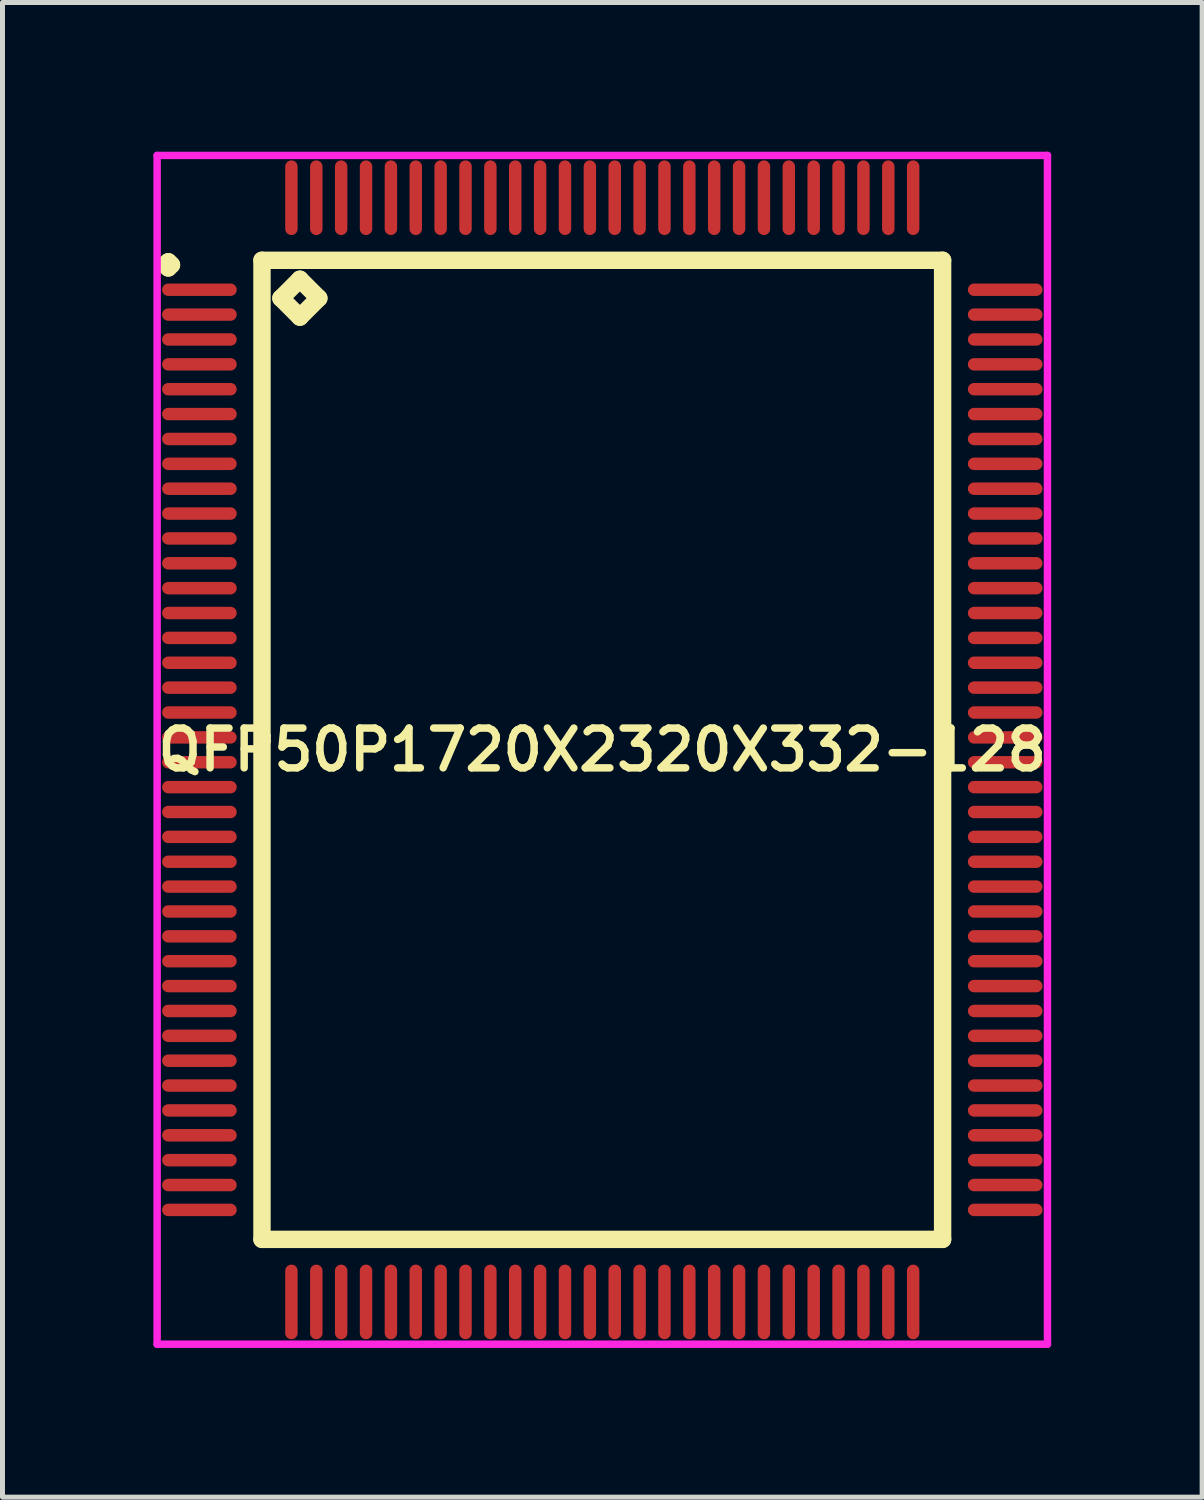
<source format=kicad_pcb>
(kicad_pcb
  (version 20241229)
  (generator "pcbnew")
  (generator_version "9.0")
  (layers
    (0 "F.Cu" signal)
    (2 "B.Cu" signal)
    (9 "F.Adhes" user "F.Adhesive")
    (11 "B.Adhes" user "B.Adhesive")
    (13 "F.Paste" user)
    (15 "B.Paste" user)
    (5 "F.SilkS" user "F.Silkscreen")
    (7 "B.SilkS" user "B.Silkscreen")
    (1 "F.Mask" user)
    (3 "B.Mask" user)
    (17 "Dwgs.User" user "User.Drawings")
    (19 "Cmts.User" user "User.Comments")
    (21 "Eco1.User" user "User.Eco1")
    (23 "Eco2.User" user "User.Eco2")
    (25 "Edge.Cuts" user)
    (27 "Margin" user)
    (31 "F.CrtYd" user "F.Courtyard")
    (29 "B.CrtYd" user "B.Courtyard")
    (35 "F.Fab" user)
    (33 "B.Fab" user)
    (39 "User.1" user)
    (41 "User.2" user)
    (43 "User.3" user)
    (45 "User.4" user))
  (footprint "QFP50P1720X2320X332-128"
    (layer "F.Cu")
    (at 9.059 12.025)
    (property "Reference" "QFP50P1720X2320X332-128" (at 0 0 0) (layer "F.SilkS") (effects (font (size 0.8 0.8) (thickness 0.15))))
    (attr smd)
    (fp_line (start -8.787 -9.75) (end -8.725 -9.812) (stroke (width 0.35) (type solid)) (layer "F.SilkS"))
    (fp_line (start -8.725 -9.812) (end -8.662 -9.75) (stroke (width 0.35) (type solid)) (layer "F.SilkS"))
    (fp_line (start -8.725 -9.688) (end -8.787 -9.75) (stroke (width 0.35) (type solid)) (layer "F.SilkS"))
    (fp_line (start -8.662 -9.75) (end -8.725 -9.688) (stroke (width 0.35) (type solid)) (layer "F.SilkS"))
    (fp_line (start -6.842 -9.842) (end -6.842 9.842) (stroke (width 0.35) (type solid)) (layer "F.SilkS"))
    (fp_line (start -6.842 9.842) (end 6.842 9.842) (stroke (width 0.35) (type solid)) (layer "F.SilkS"))
    (fp_line (start -6.461 -9.08) (end -6.08 -9.461) (stroke (width 0.35) (type solid)) (layer "F.SilkS"))
    (fp_line (start -6.08 -9.461) (end -5.699 -9.08) (stroke (width 0.35) (type solid)) (layer "F.SilkS"))
    (fp_line (start -6.08 -8.699) (end -6.461 -9.08) (stroke (width 0.35) (type solid)) (layer "F.SilkS"))
    (fp_line (start -5.699 -9.08) (end -6.08 -8.699) (stroke (width 0.35) (type solid)) (layer "F.SilkS"))
    (fp_line (start 6.842 -9.842) (end -6.842 -9.842) (stroke (width 0.35) (type solid)) (layer "F.SilkS"))
    (fp_line (start 6.842 9.842) (end 6.842 -9.842) (stroke (width 0.35) (type solid)) (layer "F.SilkS"))
    (fp_line (start -8.95 -11.95) (end 8.95 -11.95) (stroke (width 0.15) (type solid)) (layer "F.CrtYd"))
    (fp_line (start -8.95 11.95) (end -8.95 -11.95) (stroke (width 0.15) (type solid)) (layer "F.CrtYd"))
    (fp_line (start 8.95 -11.95) (end 8.95 11.95) (stroke (width 0.15) (type solid)) (layer "F.CrtYd"))
    (fp_line (start 8.95 11.95) (end -8.95 11.95) (stroke (width 0.15) (type solid)) (layer "F.CrtYd"))
    (pad "1" smd oval (at -8.1 -9.25) (size 1.5 0.25) (layers "F.Cu" "F.Mask" "F.Paste"))
    (pad "2" smd oval (at -8.1 -8.75) (size 1.5 0.25) (layers "F.Cu" "F.Mask" "F.Paste"))
    (pad "3" smd oval (at -8.1 -8.25) (size 1.5 0.25) (layers "F.Cu" "F.Mask" "F.Paste"))
    (pad "4" smd oval (at -8.1 -7.75) (size 1.5 0.25) (layers "F.Cu" "F.Mask" "F.Paste"))
    (pad "5" smd oval (at -8.1 -7.25) (size 1.5 0.25) (layers "F.Cu" "F.Mask" "F.Paste"))
    (pad "6" smd oval (at -8.1 -6.75) (size 1.5 0.25) (layers "F.Cu" "F.Mask" "F.Paste"))
    (pad "7" smd oval (at -8.1 -6.25) (size 1.5 0.25) (layers "F.Cu" "F.Mask" "F.Paste"))
    (pad "8" smd oval (at -8.1 -5.75) (size 1.5 0.25) (layers "F.Cu" "F.Mask" "F.Paste"))
    (pad "9" smd oval (at -8.1 -5.25) (size 1.5 0.25) (layers "F.Cu" "F.Mask" "F.Paste"))
    (pad "10" smd oval (at -8.1 -4.75) (size 1.5 0.25) (layers "F.Cu" "F.Mask" "F.Paste"))
    (pad "11" smd oval (at -8.1 -4.25) (size 1.5 0.25) (layers "F.Cu" "F.Mask" "F.Paste"))
    (pad "12" smd oval (at -8.1 -3.75) (size 1.5 0.25) (layers "F.Cu" "F.Mask" "F.Paste"))
    (pad "13" smd oval (at -8.1 -3.25) (size 1.5 0.25) (layers "F.Cu" "F.Mask" "F.Paste"))
    (pad "14" smd oval (at -8.1 -2.75) (size 1.5 0.25) (layers "F.Cu" "F.Mask" "F.Paste"))
    (pad "15" smd oval (at -8.1 -2.25) (size 1.5 0.25) (layers "F.Cu" "F.Mask" "F.Paste"))
    (pad "16" smd oval (at -8.1 -1.75) (size 1.5 0.25) (layers "F.Cu" "F.Mask" "F.Paste"))
    (pad "17" smd oval (at -8.1 -1.25) (size 1.5 0.25) (layers "F.Cu" "F.Mask" "F.Paste"))
    (pad "18" smd oval (at -8.1 -0.75) (size 1.5 0.25) (layers "F.Cu" "F.Mask" "F.Paste"))
    (pad "19" smd oval (at -8.1 -0.25) (size 1.5 0.25) (layers "F.Cu" "F.Mask" "F.Paste"))
    (pad "20" smd oval (at -8.1 0.25) (size 1.5 0.25) (layers "F.Cu" "F.Mask" "F.Paste"))
    (pad "21" smd oval (at -8.1 0.75) (size 1.5 0.25) (layers "F.Cu" "F.Mask" "F.Paste"))
    (pad "22" smd oval (at -8.1 1.25) (size 1.5 0.25) (layers "F.Cu" "F.Mask" "F.Paste"))
    (pad "23" smd oval (at -8.1 1.75) (size 1.5 0.25) (layers "F.Cu" "F.Mask" "F.Paste"))
    (pad "24" smd oval (at -8.1 2.25) (size 1.5 0.25) (layers "F.Cu" "F.Mask" "F.Paste"))
    (pad "25" smd oval (at -8.1 2.75) (size 1.5 0.25) (layers "F.Cu" "F.Mask" "F.Paste"))
    (pad "26" smd oval (at -8.1 3.25) (size 1.5 0.25) (layers "F.Cu" "F.Mask" "F.Paste"))
    (pad "27" smd oval (at -8.1 3.75) (size 1.5 0.25) (layers "F.Cu" "F.Mask" "F.Paste"))
    (pad "28" smd oval (at -8.1 4.25) (size 1.5 0.25) (layers "F.Cu" "F.Mask" "F.Paste"))
    (pad "29" smd oval (at -8.1 4.75) (size 1.5 0.25) (layers "F.Cu" "F.Mask" "F.Paste"))
    (pad "30" smd oval (at -8.1 5.25) (size 1.5 0.25) (layers "F.Cu" "F.Mask" "F.Paste"))
    (pad "31" smd oval (at -8.1 5.75) (size 1.5 0.25) (layers "F.Cu" "F.Mask" "F.Paste"))
    (pad "32" smd oval (at -8.1 6.25) (size 1.5 0.25) (layers "F.Cu" "F.Mask" "F.Paste"))
    (pad "33" smd oval (at -8.1 6.75) (size 1.5 0.25) (layers "F.Cu" "F.Mask" "F.Paste"))
    (pad "34" smd oval (at -8.1 7.25) (size 1.5 0.25) (layers "F.Cu" "F.Mask" "F.Paste"))
    (pad "35" smd oval (at -8.1 7.75) (size 1.5 0.25) (layers "F.Cu" "F.Mask" "F.Paste"))
    (pad "36" smd oval (at -8.1 8.25) (size 1.5 0.25) (layers "F.Cu" "F.Mask" "F.Paste"))
    (pad "37" smd oval (at -8.1 8.75) (size 1.5 0.25) (layers "F.Cu" "F.Mask" "F.Paste"))
    (pad "38" smd oval (at -8.1 9.25) (size 1.5 0.25) (layers "F.Cu" "F.Mask" "F.Paste"))
    (pad "39" smd oval (at -6.25 11.1) (size 0.25 1.5) (layers "F.Cu" "F.Mask" "F.Paste"))
    (pad "40" smd oval (at -5.75 11.1) (size 0.25 1.5) (layers "F.Cu" "F.Mask" "F.Paste"))
    (pad "41" smd oval (at -5.25 11.1) (size 0.25 1.5) (layers "F.Cu" "F.Mask" "F.Paste"))
    (pad "42" smd oval (at -4.75 11.1) (size 0.25 1.5) (layers "F.Cu" "F.Mask" "F.Paste"))
    (pad "43" smd oval (at -4.25 11.1) (size 0.25 1.5) (layers "F.Cu" "F.Mask" "F.Paste"))
    (pad "44" smd oval (at -3.75 11.1) (size 0.25 1.5) (layers "F.Cu" "F.Mask" "F.Paste"))
    (pad "45" smd oval (at -3.25 11.1) (size 0.25 1.5) (layers "F.Cu" "F.Mask" "F.Paste"))
    (pad "46" smd oval (at -2.75 11.1) (size 0.25 1.5) (layers "F.Cu" "F.Mask" "F.Paste"))
    (pad "47" smd oval (at -2.25 11.1) (size 0.25 1.5) (layers "F.Cu" "F.Mask" "F.Paste"))
    (pad "48" smd oval (at -1.75 11.1) (size 0.25 1.5) (layers "F.Cu" "F.Mask" "F.Paste"))
    (pad "49" smd oval (at -1.25 11.1) (size 0.25 1.5) (layers "F.Cu" "F.Mask" "F.Paste"))
    (pad "50" smd oval (at -0.75 11.1) (size 0.25 1.5) (layers "F.Cu" "F.Mask" "F.Paste"))
    (pad "51" smd oval (at -0.25 11.1) (size 0.25 1.5) (layers "F.Cu" "F.Mask" "F.Paste"))
    (pad "52" smd oval (at 0.25 11.1) (size 0.25 1.5) (layers "F.Cu" "F.Mask" "F.Paste"))
    (pad "53" smd oval (at 0.75 11.1) (size 0.25 1.5) (layers "F.Cu" "F.Mask" "F.Paste"))
    (pad "54" smd oval (at 1.25 11.1) (size 0.25 1.5) (layers "F.Cu" "F.Mask" "F.Paste"))
    (pad "55" smd oval (at 1.75 11.1) (size 0.25 1.5) (layers "F.Cu" "F.Mask" "F.Paste"))
    (pad "56" smd oval (at 2.25 11.1) (size 0.25 1.5) (layers "F.Cu" "F.Mask" "F.Paste"))
    (pad "57" smd oval (at 2.75 11.1) (size 0.25 1.5) (layers "F.Cu" "F.Mask" "F.Paste"))
    (pad "58" smd oval (at 3.25 11.1) (size 0.25 1.5) (layers "F.Cu" "F.Mask" "F.Paste"))
    (pad "59" smd oval (at 3.75 11.1) (size 0.25 1.5) (layers "F.Cu" "F.Mask" "F.Paste"))
    (pad "60" smd oval (at 4.25 11.1) (size 0.25 1.5) (layers "F.Cu" "F.Mask" "F.Paste"))
    (pad "61" smd oval (at 4.75 11.1) (size 0.25 1.5) (layers "F.Cu" "F.Mask" "F.Paste"))
    (pad "62" smd oval (at 5.25 11.1) (size 0.25 1.5) (layers "F.Cu" "F.Mask" "F.Paste"))
    (pad "63" smd oval (at 5.75 11.1) (size 0.25 1.5) (layers "F.Cu" "F.Mask" "F.Paste"))
    (pad "64" smd oval (at 6.25 11.1) (size 0.25 1.5) (layers "F.Cu" "F.Mask" "F.Paste"))
    (pad "65" smd oval (at 8.1 9.25) (size 1.5 0.25) (layers "F.Cu" "F.Mask" "F.Paste"))
    (pad "66" smd oval (at 8.1 8.75) (size 1.5 0.25) (layers "F.Cu" "F.Mask" "F.Paste"))
    (pad "67" smd oval (at 8.1 8.25) (size 1.5 0.25) (layers "F.Cu" "F.Mask" "F.Paste"))
    (pad "68" smd oval (at 8.1 7.75) (size 1.5 0.25) (layers "F.Cu" "F.Mask" "F.Paste"))
    (pad "69" smd oval (at 8.1 7.25) (size 1.5 0.25) (layers "F.Cu" "F.Mask" "F.Paste"))
    (pad "70" smd oval (at 8.1 6.75) (size 1.5 0.25) (layers "F.Cu" "F.Mask" "F.Paste"))
    (pad "71" smd oval (at 8.1 6.25) (size 1.5 0.25) (layers "F.Cu" "F.Mask" "F.Paste"))
    (pad "72" smd oval (at 8.1 5.75) (size 1.5 0.25) (layers "F.Cu" "F.Mask" "F.Paste"))
    (pad "73" smd oval (at 8.1 5.25) (size 1.5 0.25) (layers "F.Cu" "F.Mask" "F.Paste"))
    (pad "74" smd oval (at 8.1 4.75) (size 1.5 0.25) (layers "F.Cu" "F.Mask" "F.Paste"))
    (pad "75" smd oval (at 8.1 4.25) (size 1.5 0.25) (layers "F.Cu" "F.Mask" "F.Paste"))
    (pad "76" smd oval (at 8.1 3.75) (size 1.5 0.25) (layers "F.Cu" "F.Mask" "F.Paste"))
    (pad "77" smd oval (at 8.1 3.25) (size 1.5 0.25) (layers "F.Cu" "F.Mask" "F.Paste"))
    (pad "78" smd oval (at 8.1 2.75) (size 1.5 0.25) (layers "F.Cu" "F.Mask" "F.Paste"))
    (pad "79" smd oval (at 8.1 2.25) (size 1.5 0.25) (layers "F.Cu" "F.Mask" "F.Paste"))
    (pad "80" smd oval (at 8.1 1.75) (size 1.5 0.25) (layers "F.Cu" "F.Mask" "F.Paste"))
    (pad "81" smd oval (at 8.1 1.25) (size 1.5 0.25) (layers "F.Cu" "F.Mask" "F.Paste"))
    (pad "82" smd oval (at 8.1 0.75) (size 1.5 0.25) (layers "F.Cu" "F.Mask" "F.Paste"))
    (pad "83" smd oval (at 8.1 0.25) (size 1.5 0.25) (layers "F.Cu" "F.Mask" "F.Paste"))
    (pad "84" smd oval (at 8.1 -0.25) (size 1.5 0.25) (layers "F.Cu" "F.Mask" "F.Paste"))
    (pad "85" smd oval (at 8.1 -0.75) (size 1.5 0.25) (layers "F.Cu" "F.Mask" "F.Paste"))
    (pad "86" smd oval (at 8.1 -1.25) (size 1.5 0.25) (layers "F.Cu" "F.Mask" "F.Paste"))
    (pad "87" smd oval (at 8.1 -1.75) (size 1.5 0.25) (layers "F.Cu" "F.Mask" "F.Paste"))
    (pad "88" smd oval (at 8.1 -2.25) (size 1.5 0.25) (layers "F.Cu" "F.Mask" "F.Paste"))
    (pad "89" smd oval (at 8.1 -2.75) (size 1.5 0.25) (layers "F.Cu" "F.Mask" "F.Paste"))
    (pad "90" smd oval (at 8.1 -3.25) (size 1.5 0.25) (layers "F.Cu" "F.Mask" "F.Paste"))
    (pad "91" smd oval (at 8.1 -3.75) (size 1.5 0.25) (layers "F.Cu" "F.Mask" "F.Paste"))
    (pad "92" smd oval (at 8.1 -4.25) (size 1.5 0.25) (layers "F.Cu" "F.Mask" "F.Paste"))
    (pad "93" smd oval (at 8.1 -4.75) (size 1.5 0.25) (layers "F.Cu" "F.Mask" "F.Paste"))
    (pad "94" smd oval (at 8.1 -5.25) (size 1.5 0.25) (layers "F.Cu" "F.Mask" "F.Paste"))
    (pad "95" smd oval (at 8.1 -5.75) (size 1.5 0.25) (layers "F.Cu" "F.Mask" "F.Paste"))
    (pad "96" smd oval (at 8.1 -6.25) (size 1.5 0.25) (layers "F.Cu" "F.Mask" "F.Paste"))
    (pad "97" smd oval (at 8.1 -6.75) (size 1.5 0.25) (layers "F.Cu" "F.Mask" "F.Paste"))
    (pad "98" smd oval (at 8.1 -7.25) (size 1.5 0.25) (layers "F.Cu" "F.Mask" "F.Paste"))
    (pad "99" smd oval (at 8.1 -7.75) (size 1.5 0.25) (layers "F.Cu" "F.Mask" "F.Paste"))
    (pad "100" smd oval (at 8.1 -8.25) (size 1.5 0.25) (layers "F.Cu" "F.Mask" "F.Paste"))
    (pad "101" smd oval (at 8.1 -8.75) (size 1.5 0.25) (layers "F.Cu" "F.Mask" "F.Paste"))
    (pad "102" smd oval (at 8.1 -9.25) (size 1.5 0.25) (layers "F.Cu" "F.Mask" "F.Paste"))
    (pad "103" smd oval (at 6.25 -11.1) (size 0.25 1.5) (layers "F.Cu" "F.Mask" "F.Paste"))
    (pad "104" smd oval (at 5.75 -11.1) (size 0.25 1.5) (layers "F.Cu" "F.Mask" "F.Paste"))
    (pad "105" smd oval (at 5.25 -11.1) (size 0.25 1.5) (layers "F.Cu" "F.Mask" "F.Paste"))
    (pad "106" smd oval (at 4.75 -11.1) (size 0.25 1.5) (layers "F.Cu" "F.Mask" "F.Paste"))
    (pad "107" smd oval (at 4.25 -11.1) (size 0.25 1.5) (layers "F.Cu" "F.Mask" "F.Paste"))
    (pad "108" smd oval (at 3.75 -11.1) (size 0.25 1.5) (layers "F.Cu" "F.Mask" "F.Paste"))
    (pad "109" smd oval (at 3.25 -11.1) (size 0.25 1.5) (layers "F.Cu" "F.Mask" "F.Paste"))
    (pad "110" smd oval (at 2.75 -11.1) (size 0.25 1.5) (layers "F.Cu" "F.Mask" "F.Paste"))
    (pad "111" smd oval (at 2.25 -11.1) (size 0.25 1.5) (layers "F.Cu" "F.Mask" "F.Paste"))
    (pad "112" smd oval (at 1.75 -11.1) (size 0.25 1.5) (layers "F.Cu" "F.Mask" "F.Paste"))
    (pad "113" smd oval (at 1.25 -11.1) (size 0.25 1.5) (layers "F.Cu" "F.Mask" "F.Paste"))
    (pad "114" smd oval (at 0.75 -11.1) (size 0.25 1.5) (layers "F.Cu" "F.Mask" "F.Paste"))
    (pad "115" smd oval (at 0.25 -11.1) (size 0.25 1.5) (layers "F.Cu" "F.Mask" "F.Paste"))
    (pad "116" smd oval (at -0.25 -11.1) (size 0.25 1.5) (layers "F.Cu" "F.Mask" "F.Paste"))
    (pad "117" smd oval (at -0.75 -11.1) (size 0.25 1.5) (layers "F.Cu" "F.Mask" "F.Paste"))
    (pad "118" smd oval (at -1.25 -11.1) (size 0.25 1.5) (layers "F.Cu" "F.Mask" "F.Paste"))
    (pad "119" smd oval (at -1.75 -11.1) (size 0.25 1.5) (layers "F.Cu" "F.Mask" "F.Paste"))
    (pad "120" smd oval (at -2.25 -11.1) (size 0.25 1.5) (layers "F.Cu" "F.Mask" "F.Paste"))
    (pad "121" smd oval (at -2.75 -11.1) (size 0.25 1.5) (layers "F.Cu" "F.Mask" "F.Paste"))
    (pad "122" smd oval (at -3.25 -11.1) (size 0.25 1.5) (layers "F.Cu" "F.Mask" "F.Paste"))
    (pad "123" smd oval (at -3.75 -11.1) (size 0.25 1.5) (layers "F.Cu" "F.Mask" "F.Paste"))
    (pad "124" smd oval (at -4.25 -11.1) (size 0.25 1.5) (layers "F.Cu" "F.Mask" "F.Paste"))
    (pad "125" smd oval (at -4.75 -11.1) (size 0.25 1.5) (layers "F.Cu" "F.Mask" "F.Paste"))
    (pad "126" smd oval (at -5.25 -11.1) (size 0.25 1.5) (layers "F.Cu" "F.Mask" "F.Paste"))
    (pad "127" smd oval (at -5.75 -11.1) (size 0.25 1.5) (layers "F.Cu" "F.Mask" "F.Paste"))
    (pad "128" smd oval (at -6.25 -11.1) (size 0.25 1.5) (layers "F.Cu" "F.Mask" "F.Paste")))
  (gr_rect
    (start -3 -3)
    (end 21.119 27.05)
    (stroke (width 0.1) (type default))
    (fill no)
    (layer "Edge.Cuts")))
</source>
